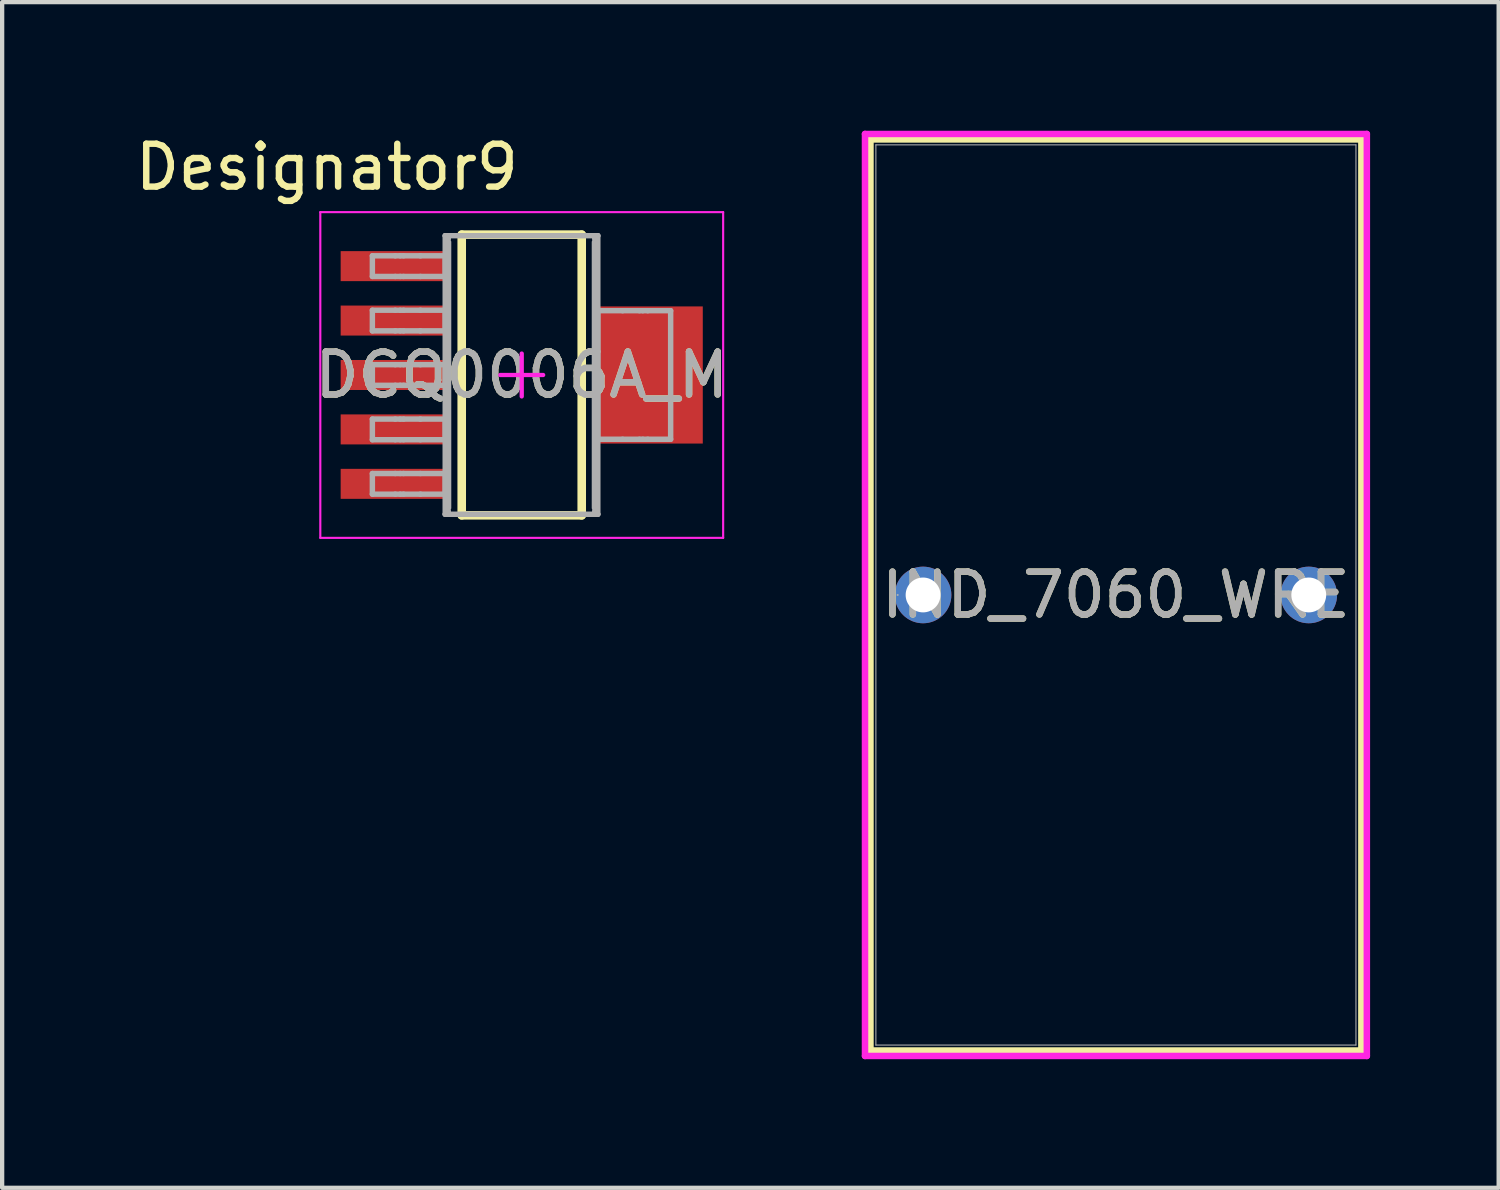
<source format=kicad_pcb>
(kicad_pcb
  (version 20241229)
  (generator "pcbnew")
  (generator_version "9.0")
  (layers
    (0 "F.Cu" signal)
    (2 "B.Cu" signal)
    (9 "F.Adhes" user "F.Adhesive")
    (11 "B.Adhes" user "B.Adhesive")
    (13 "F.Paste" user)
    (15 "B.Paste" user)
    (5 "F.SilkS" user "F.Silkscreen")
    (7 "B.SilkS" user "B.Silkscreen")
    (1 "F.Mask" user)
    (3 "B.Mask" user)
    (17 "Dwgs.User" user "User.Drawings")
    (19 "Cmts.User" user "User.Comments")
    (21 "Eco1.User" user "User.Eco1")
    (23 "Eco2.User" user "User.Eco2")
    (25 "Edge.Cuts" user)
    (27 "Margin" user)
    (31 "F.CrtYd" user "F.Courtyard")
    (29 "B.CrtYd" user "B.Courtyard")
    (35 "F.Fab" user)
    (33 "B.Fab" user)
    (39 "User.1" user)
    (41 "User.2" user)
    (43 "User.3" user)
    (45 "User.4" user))
  (footprint "IND_7060_WRE"
    (layer "F.Cu")
    (at 18.489 10.833)
    (property "Reference" "IND_7060_WRE" (at 4.5 0 0) (unlocked yes) (layer "F.SilkS") (effects (font (size 1 1) (thickness 0.15))))
    (attr through_hole)
    (fp_line (start -1.228 -10.63) (end -1.228 10.63) (stroke (width 0.152) (type solid)) (layer "F.SilkS"))
    (fp_line (start 10.228 -10.63) (end -1.228 -10.63) (stroke (width 0.152) (type solid)) (layer "F.SilkS"))
    (fp_line (start 10.228 -10.63) (end 10.228 10.63) (stroke (width 0.152) (type solid)) (layer "F.SilkS"))
    (fp_line (start 10.228 10.63) (end -1.228 10.63) (stroke (width 0.152) (type solid)) (layer "F.SilkS"))
    (fp_line (start -1.355 -10.757) (end 10.355 -10.757) (stroke (width 0.152) (type solid)) (layer "F.CrtYd"))
    (fp_line (start -1.355 10.757) (end -1.355 -10.757) (stroke (width 0.152) (type solid)) (layer "F.CrtYd"))
    (fp_line (start 10.355 -10.757) (end 10.355 10.757) (stroke (width 0.152) (type solid)) (layer "F.CrtYd"))
    (fp_line (start 10.355 10.757) (end -1.355 10.757) (stroke (width 0.152) (type solid)) (layer "F.CrtYd"))
    (fp_line (start -1.101 -10.503) (end -1.101 10.503) (stroke (width 0.025) (type solid)) (layer "F.Fab"))
    (fp_line (start 10.101 -10.503) (end -1.101 -10.503) (stroke (width 0.025) (type solid)) (layer "F.Fab"))
    (fp_line (start 10.101 -10.503) (end 10.101 10.503) (stroke (width 0.025) (type solid)) (layer "F.Fab"))
    (fp_line (start 10.101 10.503) (end -1.101 10.503) (stroke (width 0.025) (type solid)) (layer "F.Fab"))
    (fp_circle (center -0.593 0) (end -0.593 0) (stroke (width 0.025) (type solid)) (fill no) (layer "F.Fab"))
    (fp_text user "${REFERENCE}" (at 4.5 0 0) (unlocked yes) (layer "F.Fab") (effects (font (size 1 1) (thickness 0.15))))
    (pad "1" thru_hole circle (at 0 0) (size 1.321 1.321) (drill 0.813) (layers "*.Cu" "*.Mask"))
    (pad "2" thru_hole circle (at 9 0) (size 1.321 1.321) (drill 0.813) (layers "*.Cu" "*.Mask")))
  (footprint "DCQ0006A_M"
    (layer "F.Cu")
    (at 9.124 5.7)
    (property "Reference" "DCQ0006A_M" (at 0 0 0) (unlocked yes) (layer "F.SilkS") (effects (font (size 1 1) (thickness 0.15))))
    (attr smd)
    (fp_line (start -1.4 -3.275) (end 1.4 -3.275) (stroke (width 0.2) (type solid)) (layer "F.SilkS"))
    (fp_line (start -1.4 3.275) (end -1.4 -3.275) (stroke (width 0.2) (type solid)) (layer "F.SilkS"))
    (fp_line (start -1.4 3.275) (end 1.4 3.275) (stroke (width 0.2) (type solid)) (layer "F.SilkS"))
    (fp_line (start 1.4 3.275) (end 1.4 -3.275) (stroke (width 0.2) (type solid)) (layer "F.SilkS"))
    (fp_line (start -4.7 -3.8) (end 4.7 -3.8) (stroke (width 0.05) (type solid)) (layer "F.CrtYd"))
    (fp_line (start -4.7 3.8) (end -4.7 -3.8) (stroke (width 0.05) (type solid)) (layer "F.CrtYd"))
    (fp_line (start -4.7 3.8) (end 4.7 3.8) (stroke (width 0.05) (type solid)) (layer "F.CrtYd"))
    (fp_line (start -0.5 0) (end 0.5 0) (stroke (width 0.1) (type solid)) (layer "F.CrtYd"))
    (fp_line (start 0 0.5) (end 0 -0.5) (stroke (width 0.1) (type solid)) (layer "F.CrtYd"))
    (fp_line (start 4.7 3.8) (end 4.7 -3.8) (stroke (width 0.05) (type solid)) (layer "F.CrtYd"))
    (fp_line (start -3.485 -2.781) (end -2.951 -2.781) (stroke (width 0.127) (type solid)) (layer "F.Fab"))
    (fp_line (start -3.485 -2.299) (end -3.485 -2.781) (stroke (width 0.127) (type solid)) (layer "F.Fab"))
    (fp_line (start -3.485 -2.299) (end -2.951 -2.299) (stroke (width 0.127) (type solid)) (layer "F.Fab"))
    (fp_line (start -3.485 -1.511) (end -2.951 -1.511) (stroke (width 0.127) (type solid)) (layer "F.Fab"))
    (fp_line (start -3.485 -1.029) (end -3.485 -1.511) (stroke (width 0.127) (type solid)) (layer "F.Fab"))
    (fp_line (start -3.485 -1.029) (end -2.951 -1.029) (stroke (width 0.127) (type solid)) (layer "F.Fab"))
    (fp_line (start -3.485 -0.241) (end -2.951 -0.241) (stroke (width 0.127) (type solid)) (layer "F.Fab"))
    (fp_line (start -3.485 0.241) (end -3.485 -0.241) (stroke (width 0.127) (type solid)) (layer "F.Fab"))
    (fp_line (start -3.485 0.241) (end -2.951 0.241) (stroke (width 0.127) (type solid)) (layer "F.Fab"))
    (fp_line (start -3.485 1.029) (end -2.951 1.029) (stroke (width 0.127) (type solid)) (layer "F.Fab"))
    (fp_line (start -3.485 1.511) (end -3.485 1.029) (stroke (width 0.127) (type solid)) (layer "F.Fab"))
    (fp_line (start -3.485 1.511) (end -2.951 1.511) (stroke (width 0.127) (type solid)) (layer "F.Fab"))
    (fp_line (start -3.485 2.299) (end -2.951 2.299) (stroke (width 0.127) (type solid)) (layer "F.Fab"))
    (fp_line (start -3.485 2.781) (end -3.485 2.299) (stroke (width 0.127) (type solid)) (layer "F.Fab"))
    (fp_line (start -3.485 2.781) (end -2.951 2.781) (stroke (width 0.127) (type solid)) (layer "F.Fab"))
    (fp_line (start -2.951 -2.781) (end -2.834 -2.781) (stroke (width 0.127) (type solid)) (layer "F.Fab"))
    (fp_line (start -2.951 -2.299) (end -2.834 -2.299) (stroke (width 0.127) (type solid)) (layer "F.Fab"))
    (fp_line (start -2.951 -1.511) (end -2.834 -1.511) (stroke (width 0.127) (type solid)) (layer "F.Fab"))
    (fp_line (start -2.951 -1.029) (end -2.834 -1.029) (stroke (width 0.127) (type solid)) (layer "F.Fab"))
    (fp_line (start -2.951 -0.241) (end -2.834 -0.241) (stroke (width 0.127) (type solid)) (layer "F.Fab"))
    (fp_line (start -2.951 0.241) (end -2.834 0.241) (stroke (width 0.127) (type solid)) (layer "F.Fab"))
    (fp_line (start -2.951 1.029) (end -2.834 1.029) (stroke (width 0.127) (type solid)) (layer "F.Fab"))
    (fp_line (start -2.951 1.511) (end -2.834 1.511) (stroke (width 0.127) (type solid)) (layer "F.Fab"))
    (fp_line (start -2.951 2.299) (end -2.834 2.299) (stroke (width 0.127) (type solid)) (layer "F.Fab"))
    (fp_line (start -2.951 2.781) (end -2.834 2.781) (stroke (width 0.127) (type solid)) (layer "F.Fab"))
    (fp_line (start -2.834 -2.781) (end -2.758 -2.781) (stroke (width 0.127) (type solid)) (layer "F.Fab"))
    (fp_line (start -2.834 -2.299) (end -2.758 -2.299) (stroke (width 0.127) (type solid)) (layer "F.Fab"))
    (fp_line (start -2.834 -1.511) (end -2.758 -1.511) (stroke (width 0.127) (type solid)) (layer "F.Fab"))
    (fp_line (start -2.834 -1.029) (end -2.758 -1.029) (stroke (width 0.127) (type solid)) (layer "F.Fab"))
    (fp_line (start -2.834 -0.241) (end -2.758 -0.241) (stroke (width 0.127) (type solid)) (layer "F.Fab"))
    (fp_line (start -2.834 0.241) (end -2.758 0.241) (stroke (width 0.127) (type solid)) (layer "F.Fab"))
    (fp_line (start -2.834 1.029) (end -2.758 1.029) (stroke (width 0.127) (type solid)) (layer "F.Fab"))
    (fp_line (start -2.834 1.511) (end -2.758 1.511) (stroke (width 0.127) (type solid)) (layer "F.Fab"))
    (fp_line (start -2.834 2.299) (end -2.758 2.299) (stroke (width 0.127) (type solid)) (layer "F.Fab"))
    (fp_line (start -2.834 2.781) (end -2.758 2.781) (stroke (width 0.127) (type solid)) (layer "F.Fab"))
    (fp_line (start -2.758 -2.781) (end -2.364 -2.781) (stroke (width 0.127) (type solid)) (layer "F.Fab"))
    (fp_line (start -2.758 -2.299) (end -2.364 -2.299) (stroke (width 0.127) (type solid)) (layer "F.Fab"))
    (fp_line (start -2.758 -1.511) (end -2.364 -1.511) (stroke (width 0.127) (type solid)) (layer "F.Fab"))
    (fp_line (start -2.758 -1.029) (end -2.364 -1.029) (stroke (width 0.127) (type solid)) (layer "F.Fab"))
    (fp_line (start -2.758 -0.241) (end -2.364 -0.241) (stroke (width 0.127) (type solid)) (layer "F.Fab"))
    (fp_line (start -2.758 0.241) (end -2.364 0.241) (stroke (width 0.127) (type solid)) (layer "F.Fab"))
    (fp_line (start -2.758 1.029) (end -2.364 1.029) (stroke (width 0.127) (type solid)) (layer "F.Fab"))
    (fp_line (start -2.758 1.511) (end -2.364 1.511) (stroke (width 0.127) (type solid)) (layer "F.Fab"))
    (fp_line (start -2.758 2.299) (end -2.364 2.299) (stroke (width 0.127) (type solid)) (layer "F.Fab"))
    (fp_line (start -2.758 2.781) (end -2.364 2.781) (stroke (width 0.127) (type solid)) (layer "F.Fab"))
    (fp_line (start -2.364 -2.781) (end -1.785 -2.781) (stroke (width 0.127) (type solid)) (layer "F.Fab"))
    (fp_line (start -2.364 -2.299) (end -1.785 -2.299) (stroke (width 0.127) (type solid)) (layer "F.Fab"))
    (fp_line (start -2.364 -1.511) (end -1.785 -1.511) (stroke (width 0.127) (type solid)) (layer "F.Fab"))
    (fp_line (start -2.364 -1.029) (end -1.785 -1.029) (stroke (width 0.127) (type solid)) (layer "F.Fab"))
    (fp_line (start -2.364 -0.241) (end -1.785 -0.241) (stroke (width 0.127) (type solid)) (layer "F.Fab"))
    (fp_line (start -2.364 0.241) (end -1.785 0.241) (stroke (width 0.127) (type solid)) (layer "F.Fab"))
    (fp_line (start -2.364 1.029) (end -1.785 1.029) (stroke (width 0.127) (type solid)) (layer "F.Fab"))
    (fp_line (start -2.364 1.511) (end -1.785 1.511) (stroke (width 0.127) (type solid)) (layer "F.Fab"))
    (fp_line (start -2.364 2.299) (end -1.785 2.299) (stroke (width 0.127) (type solid)) (layer "F.Fab"))
    (fp_line (start -2.364 2.781) (end -1.785 2.781) (stroke (width 0.127) (type solid)) (layer "F.Fab"))
    (fp_line (start -1.785 -3.25) (end -1.713 -3.178) (stroke (width 0.127) (type solid)) (layer "F.Fab"))
    (fp_line (start -1.785 -3.25) (end 1.775 -3.25) (stroke (width 0.127) (type solid)) (layer "F.Fab"))
    (fp_line (start -1.785 -2.299) (end -1.785 -2.781) (stroke (width 0.127) (type solid)) (layer "F.Fab"))
    (fp_line (start -1.785 -1.029) (end -1.785 -1.511) (stroke (width 0.127) (type solid)) (layer "F.Fab"))
    (fp_line (start -1.785 0.241) (end -1.785 -0.241) (stroke (width 0.127) (type solid)) (layer "F.Fab"))
    (fp_line (start -1.785 1.511) (end -1.785 1.029) (stroke (width 0.127) (type solid)) (layer "F.Fab"))
    (fp_line (start -1.785 2.781) (end -1.785 2.299) (stroke (width 0.127) (type solid)) (layer "F.Fab"))
    (fp_line (start -1.785 3.25) (end -1.785 -3.25) (stroke (width 0.127) (type solid)) (layer "F.Fab"))
    (fp_line (start -1.785 3.25) (end -1.713 3.178) (stroke (width 0.127) (type solid)) (layer "F.Fab"))
    (fp_line (start -1.785 3.25) (end 1.775 3.25) (stroke (width 0.127) (type solid)) (layer "F.Fab"))
    (fp_line (start -1.707 3.102) (end -1.707 -3.102) (stroke (width 0.127) (type solid)) (layer "F.Fab"))
    (fp_line (start 1.697 3.102) (end 1.697 -3.102) (stroke (width 0.127) (type solid)) (layer "F.Fab"))
    (fp_line (start 1.703 -3.178) (end 1.775 -3.25) (stroke (width 0.127) (type solid)) (layer "F.Fab"))
    (fp_line (start 1.703 3.178) (end 1.775 3.25) (stroke (width 0.127) (type solid)) (layer "F.Fab"))
    (fp_line (start 1.775 -1.5) (end 2.354 -1.5) (stroke (width 0.127) (type solid)) (layer "F.Fab"))
    (fp_line (start 1.775 1.5) (end 1.775 -1.5) (stroke (width 0.127) (type solid)) (layer "F.Fab"))
    (fp_line (start 1.775 1.5) (end 2.354 1.5) (stroke (width 0.127) (type solid)) (layer "F.Fab"))
    (fp_line (start 1.775 3.25) (end 1.775 -3.25) (stroke (width 0.127) (type solid)) (layer "F.Fab"))
    (fp_line (start 2.354 -1.5) (end 2.748 -1.5) (stroke (width 0.127) (type solid)) (layer "F.Fab"))
    (fp_line (start 2.354 1.5) (end 2.748 1.5) (stroke (width 0.127) (type solid)) (layer "F.Fab"))
    (fp_line (start 2.748 -1.5) (end 2.824 -1.5) (stroke (width 0.127) (type solid)) (layer "F.Fab"))
    (fp_line (start 2.748 1.5) (end 2.824 1.5) (stroke (width 0.127) (type solid)) (layer "F.Fab"))
    (fp_line (start 2.824 -1.5) (end 2.941 -1.5) (stroke (width 0.127) (type solid)) (layer "F.Fab"))
    (fp_line (start 2.824 1.5) (end 2.941 1.5) (stroke (width 0.127) (type solid)) (layer "F.Fab"))
    (fp_line (start 2.941 -1.5) (end 3.475 -1.5) (stroke (width 0.127) (type solid)) (layer "F.Fab"))
    (fp_line (start 2.941 1.5) (end 3.475 1.5) (stroke (width 0.127) (type solid)) (layer "F.Fab"))
    (fp_line (start 3.475 1.5) (end 3.475 -1.5) (stroke (width 0.127) (type solid)) (layer "F.Fab"))
    (fp_text user "Designator9" (at -4.547 -4.851 0) (unlocked yes) (layer "F.SilkS") (effects (font (size 1 1) (thickness 0.15))))
    (fp_text user "${REFERENCE}" (at 0 0 0) (unlocked yes) (layer "F.Fab") (effects (font (size 1 1) (thickness 0.15))))
    (pad "1" smd rect (at -3.025 -2.54 90) (size 0.7 2.4) (layers "F.Cu" "F.Mask" "F.Paste"))
    (pad "2" smd rect (at -3.025 -1.27 90) (size 0.7 2.4) (layers "F.Cu" "F.Mask" "F.Paste"))
    (pad "3" smd rect (at -3.025 0 90) (size 0.7 2.4) (layers "F.Cu" "F.Mask" "F.Paste"))
    (pad "4" smd rect (at -3.025 1.27 90) (size 0.7 2.4) (layers "F.Cu" "F.Mask" "F.Paste"))
    (pad "5" smd rect (at -3.025 2.54 90) (size 0.7 2.4) (layers "F.Cu" "F.Mask" "F.Paste"))
    (pad "6" smd rect (at 3.025 0 90) (size 3.2 2.4) (layers "F.Cu" "F.Mask" "F.Paste")))
  (gr_rect
    (start -3 -3)
    (end 31.92 24.666)
    (stroke (width 0.1) (type default))
    (fill no)
    (layer "Edge.Cuts")))
</source>
